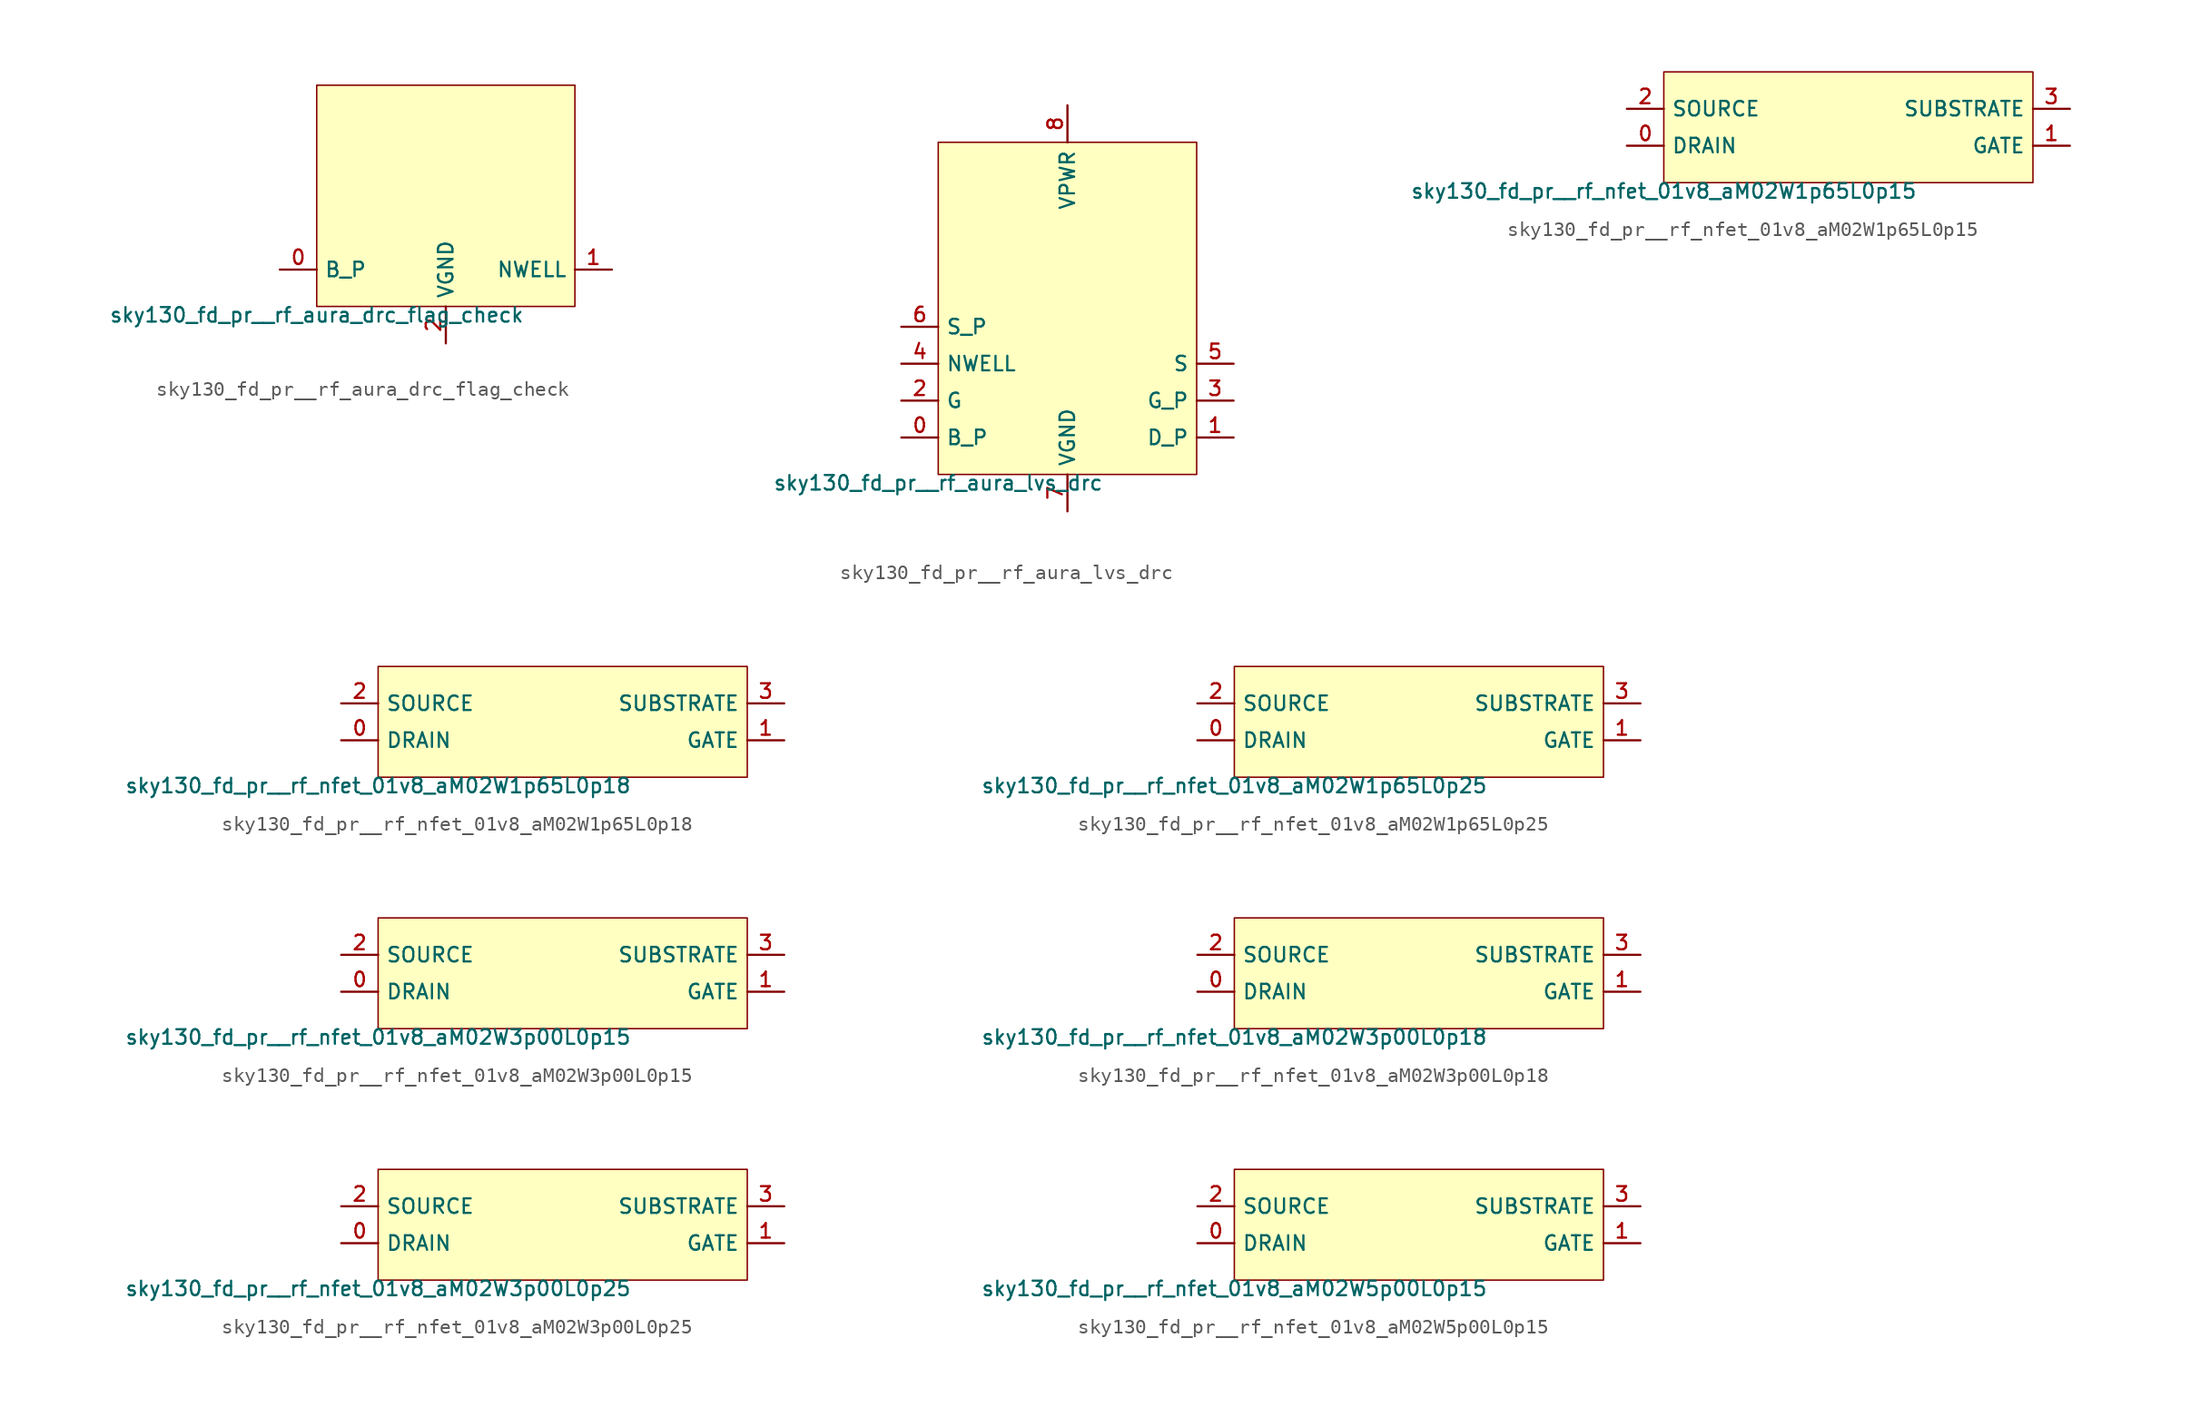
<source format=kicad_sym>
(kicad_symbol_lib
  (version 20211014)
  (generator lef2kicad_sym)
  (symbol "sky130_fd_pr__rf_aura_drc_flag_check"
    (property "Reference" "X"
      (at 0 0 0)
      (effects (font (size 1 1)) hide))
    (property "Value" "sky130_fd_pr__rf_aura_drc_flag_check"
      (at -8.89 -7.62 0)
      (effects (font (size 1 1)) (justify top)))
    (rectangle
      (start -8.89 -7.62)
      (end 8.89 7.62)
      (stroke (width 0.1) (type solid) (color 0 0 0 0))
      (fill (type background)))
    (pin bidirectional line
      (at -11.43 -5.08 0)
      (length 2.54)
      (name "B_P" (effects (font (size 1 1)) hide))
      (number "0" (effects (font (size 1 1)) hide)))
    (pin bidirectional line
      (at 11.43 -5.08 180)
      (length 2.54)
      (name "NWELL" (effects (font (size 1 1)) hide))
      (number "1" (effects (font (size 1 1)) hide)))
    (pin power_in line
      (at -8.881784197001252e-16 -10.16 90)
      (length 2.54)
      (name "VGND" (effects (font (size 1 1)) hide))
      (number "2" (effects (font (size 1 1)) hide))))
  (symbol "sky130_fd_pr__rf_aura_lvs_drc"
    (property "Reference" "X"
      (at 0 0 0)
      (effects (font (size 1 1)) hide))
    (property "Value" "sky130_fd_pr__rf_aura_lvs_drc"
      (at -8.89 -11.43 0)
      (effects (font (size 1 1)) (justify top)))
    (rectangle
      (start -8.89 -11.43)
      (end 8.89 11.43)
      (stroke (width 0.1) (type solid) (color 0 0 0 0))
      (fill (type background)))
    (pin bidirectional line
      (at -11.43 -8.89 0)
      (length 2.54)
      (name "B_P" (effects (font (size 1 1)) hide))
      (number "0" (effects (font (size 1 1)) hide)))
    (pin bidirectional line
      (at 11.43 -8.89 180)
      (length 2.54)
      (name "D_P" (effects (font (size 1 1)) hide))
      (number "1" (effects (font (size 1 1)) hide)))
    (pin bidirectional line
      (at -11.43 -6.35 0)
      (length 2.54)
      (name "G" (effects (font (size 1 1)) hide))
      (number "2" (effects (font (size 1 1)) hide)))
    (pin bidirectional line
      (at 11.43 -6.35 180)
      (length 2.54)
      (name "G_P" (effects (font (size 1 1)) hide))
      (number "3" (effects (font (size 1 1)) hide)))
    (pin bidirectional line
      (at -11.43 -3.81 0)
      (length 2.54)
      (name "NWELL" (effects (font (size 1 1)) hide))
      (number "4" (effects (font (size 1 1)) hide)))
    (pin bidirectional line
      (at 11.43 -3.81 180)
      (length 2.54)
      (name "S" (effects (font (size 1 1)) hide))
      (number "5" (effects (font (size 1 1)) hide)))
    (pin bidirectional line
      (at -11.43 -1.27 0)
      (length 2.54)
      (name "S_P" (effects (font (size 1 1)) hide))
      (number "6" (effects (font (size 1 1)) hide)))
    (pin power_in line
      (at -8.881784197001252e-16 -13.97 90)
      (length 2.54)
      (name "VGND" (effects (font (size 1 1)) hide))
      (number "7" (effects (font (size 1 1)) hide)))
    (pin power_in line
      (at -8.881784197001252e-16 13.97 270)
      (length 2.54)
      (name "VPWR" (effects (font (size 1 1)) hide))
      (number "8" (effects (font (size 1 1)) hide))))
  (symbol "sky130_fd_pr__rf_nfet_01v8_aM02W1p65L0p15"
    (property "Reference" "X"
      (at 0 0 0)
      (effects (font (size 1 1)) hide))
    (property "Value" "sky130_fd_pr__rf_nfet_01v8_aM02W1p65L0p15"
      (at -12.7 -3.81 0)
      (effects (font (size 1 1)) (justify top)))
    (rectangle
      (start -12.7 -3.81)
      (end 12.7 3.81)
      (stroke (width 0.1) (type solid) (color 0 0 0 0))
      (fill (type background)))
    (pin bidirectional line
      (at -15.24 -1.27 0)
      (length 2.54)
      (name "DRAIN" (effects (font (size 1 1)) hide))
      (number "0" (effects (font (size 1 1)) hide)))
    (pin bidirectional line
      (at 15.24 -1.27 180)
      (length 2.54)
      (name "GATE" (effects (font (size 1 1)) hide))
      (number "1" (effects (font (size 1 1)) hide)))
    (pin bidirectional line
      (at -15.24 1.27 0)
      (length 2.54)
      (name "SOURCE" (effects (font (size 1 1)) hide))
      (number "2" (effects (font (size 1 1)) hide)))
    (pin bidirectional line
      (at 15.24 1.27 180)
      (length 2.54)
      (name "SUBSTRATE" (effects (font (size 1 1)) hide))
      (number "3" (effects (font (size 1 1)) hide))))
  (symbol "sky130_fd_pr__rf_nfet_01v8_aM02W1p65L0p18"
    (property "Reference" "X"
      (at 0 0 0)
      (effects (font (size 1 1)) hide))
    (property "Value" "sky130_fd_pr__rf_nfet_01v8_aM02W1p65L0p18"
      (at -12.7 -3.81 0)
      (effects (font (size 1 1)) (justify top)))
    (rectangle
      (start -12.7 -3.81)
      (end 12.7 3.81)
      (stroke (width 0.1) (type solid) (color 0 0 0 0))
      (fill (type background)))
    (pin bidirectional line
      (at -15.24 -1.27 0)
      (length 2.54)
      (name "DRAIN" (effects (font (size 1 1)) hide))
      (number "0" (effects (font (size 1 1)) hide)))
    (pin bidirectional line
      (at 15.24 -1.27 180)
      (length 2.54)
      (name "GATE" (effects (font (size 1 1)) hide))
      (number "1" (effects (font (size 1 1)) hide)))
    (pin bidirectional line
      (at -15.24 1.27 0)
      (length 2.54)
      (name "SOURCE" (effects (font (size 1 1)) hide))
      (number "2" (effects (font (size 1 1)) hide)))
    (pin bidirectional line
      (at 15.24 1.27 180)
      (length 2.54)
      (name "SUBSTRATE" (effects (font (size 1 1)) hide))
      (number "3" (effects (font (size 1 1)) hide))))
  (symbol "sky130_fd_pr__rf_nfet_01v8_aM02W1p65L0p25"
    (property "Reference" "X"
      (at 0 0 0)
      (effects (font (size 1 1)) hide))
    (property "Value" "sky130_fd_pr__rf_nfet_01v8_aM02W1p65L0p25"
      (at -12.7 -3.81 0)
      (effects (font (size 1 1)) (justify top)))
    (rectangle
      (start -12.7 -3.81)
      (end 12.7 3.81)
      (stroke (width 0.1) (type solid) (color 0 0 0 0))
      (fill (type background)))
    (pin bidirectional line
      (at -15.24 -1.27 0)
      (length 2.54)
      (name "DRAIN" (effects (font (size 1 1)) hide))
      (number "0" (effects (font (size 1 1)) hide)))
    (pin bidirectional line
      (at 15.24 -1.27 180)
      (length 2.54)
      (name "GATE" (effects (font (size 1 1)) hide))
      (number "1" (effects (font (size 1 1)) hide)))
    (pin bidirectional line
      (at -15.24 1.27 0)
      (length 2.54)
      (name "SOURCE" (effects (font (size 1 1)) hide))
      (number "2" (effects (font (size 1 1)) hide)))
    (pin bidirectional line
      (at 15.24 1.27 180)
      (length 2.54)
      (name "SUBSTRATE" (effects (font (size 1 1)) hide))
      (number "3" (effects (font (size 1 1)) hide))))
  (symbol "sky130_fd_pr__rf_nfet_01v8_aM02W3p00L0p15"
    (property "Reference" "X"
      (at 0 0 0)
      (effects (font (size 1 1)) hide))
    (property "Value" "sky130_fd_pr__rf_nfet_01v8_aM02W3p00L0p15"
      (at -12.7 -3.81 0)
      (effects (font (size 1 1)) (justify top)))
    (rectangle
      (start -12.7 -3.81)
      (end 12.7 3.81)
      (stroke (width 0.1) (type solid) (color 0 0 0 0))
      (fill (type background)))
    (pin bidirectional line
      (at -15.24 -1.27 0)
      (length 2.54)
      (name "DRAIN" (effects (font (size 1 1)) hide))
      (number "0" (effects (font (size 1 1)) hide)))
    (pin bidirectional line
      (at 15.24 -1.27 180)
      (length 2.54)
      (name "GATE" (effects (font (size 1 1)) hide))
      (number "1" (effects (font (size 1 1)) hide)))
    (pin bidirectional line
      (at -15.24 1.27 0)
      (length 2.54)
      (name "SOURCE" (effects (font (size 1 1)) hide))
      (number "2" (effects (font (size 1 1)) hide)))
    (pin bidirectional line
      (at 15.24 1.27 180)
      (length 2.54)
      (name "SUBSTRATE" (effects (font (size 1 1)) hide))
      (number "3" (effects (font (size 1 1)) hide))))
  (symbol "sky130_fd_pr__rf_nfet_01v8_aM02W3p00L0p18"
    (property "Reference" "X"
      (at 0 0 0)
      (effects (font (size 1 1)) hide))
    (property "Value" "sky130_fd_pr__rf_nfet_01v8_aM02W3p00L0p18"
      (at -12.7 -3.81 0)
      (effects (font (size 1 1)) (justify top)))
    (rectangle
      (start -12.7 -3.81)
      (end 12.7 3.81)
      (stroke (width 0.1) (type solid) (color 0 0 0 0))
      (fill (type background)))
    (pin bidirectional line
      (at -15.24 -1.27 0)
      (length 2.54)
      (name "DRAIN" (effects (font (size 1 1)) hide))
      (number "0" (effects (font (size 1 1)) hide)))
    (pin bidirectional line
      (at 15.24 -1.27 180)
      (length 2.54)
      (name "GATE" (effects (font (size 1 1)) hide))
      (number "1" (effects (font (size 1 1)) hide)))
    (pin bidirectional line
      (at -15.24 1.27 0)
      (length 2.54)
      (name "SOURCE" (effects (font (size 1 1)) hide))
      (number "2" (effects (font (size 1 1)) hide)))
    (pin bidirectional line
      (at 15.24 1.27 180)
      (length 2.54)
      (name "SUBSTRATE" (effects (font (size 1 1)) hide))
      (number "3" (effects (font (size 1 1)) hide))))
  (symbol "sky130_fd_pr__rf_nfet_01v8_aM02W3p00L0p25"
    (property "Reference" "X"
      (at 0 0 0)
      (effects (font (size 1 1)) hide))
    (property "Value" "sky130_fd_pr__rf_nfet_01v8_aM02W3p00L0p25"
      (at -12.7 -3.81 0)
      (effects (font (size 1 1)) (justify top)))
    (rectangle
      (start -12.7 -3.81)
      (end 12.7 3.81)
      (stroke (width 0.1) (type solid) (color 0 0 0 0))
      (fill (type background)))
    (pin bidirectional line
      (at -15.24 -1.27 0)
      (length 2.54)
      (name "DRAIN" (effects (font (size 1 1)) hide))
      (number "0" (effects (font (size 1 1)) hide)))
    (pin bidirectional line
      (at 15.24 -1.27 180)
      (length 2.54)
      (name "GATE" (effects (font (size 1 1)) hide))
      (number "1" (effects (font (size 1 1)) hide)))
    (pin bidirectional line
      (at -15.24 1.27 0)
      (length 2.54)
      (name "SOURCE" (effects (font (size 1 1)) hide))
      (number "2" (effects (font (size 1 1)) hide)))
    (pin bidirectional line
      (at 15.24 1.27 180)
      (length 2.54)
      (name "SUBSTRATE" (effects (font (size 1 1)) hide))
      (number "3" (effects (font (size 1 1)) hide))))
  (symbol "sky130_fd_pr__rf_nfet_01v8_aM02W5p00L0p15"
    (property "Reference" "X"
      (at 0 0 0)
      (effects (font (size 1 1)) hide))
    (property "Value" "sky130_fd_pr__rf_nfet_01v8_aM02W5p00L0p15"
      (at -12.7 -3.81 0)
      (effects (font (size 1 1)) (justify top)))
    (rectangle
      (start -12.7 -3.81)
      (end 12.7 3.81)
      (stroke (width 0.1) (type solid) (color 0 0 0 0))
      (fill (type background)))
    (pin bidirectional line
      (at -15.24 -1.27 0)
      (length 2.54)
      (name "DRAIN" (effects (font (size 1 1)) hide))
      (number "0" (effects (font (size 1 1)) hide)))
    (pin bidirectional line
      (at 15.24 -1.27 180)
      (length 2.54)
      (name "GATE" (effects (font (size 1 1)) hide))
      (number "1" (effects (font (size 1 1)) hide)))
    (pin bidirectional line
      (at -15.24 1.27 0)
      (length 2.54)
      (name "SOURCE" (effects (font (size 1 1)) hide))
      (number "2" (effects (font (size 1 1)) hide)))
    (pin bidirectional line
      (at 15.24 1.27 180)
      (length 2.54)
      (name "SUBSTRATE" (effects (font (size 1 1)) hide))
      (number "3" (effects (font (size 1 1)) hide)))))
</source>
